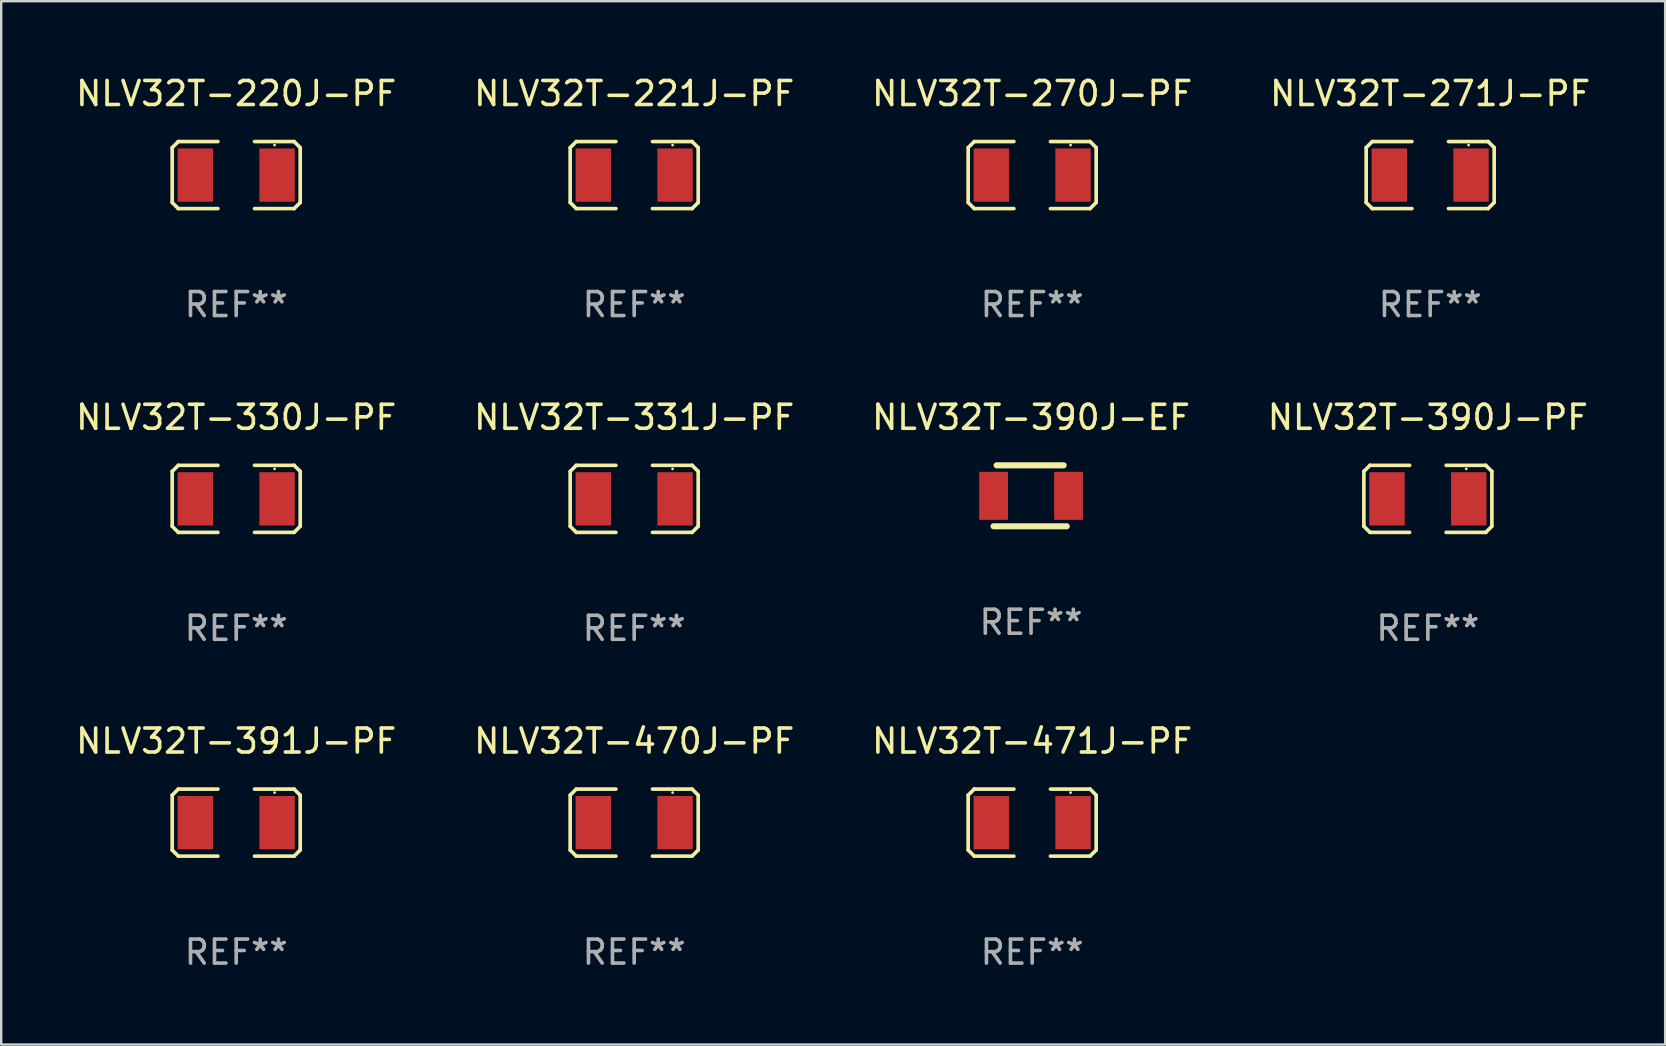
<source format=kicad_pcb>
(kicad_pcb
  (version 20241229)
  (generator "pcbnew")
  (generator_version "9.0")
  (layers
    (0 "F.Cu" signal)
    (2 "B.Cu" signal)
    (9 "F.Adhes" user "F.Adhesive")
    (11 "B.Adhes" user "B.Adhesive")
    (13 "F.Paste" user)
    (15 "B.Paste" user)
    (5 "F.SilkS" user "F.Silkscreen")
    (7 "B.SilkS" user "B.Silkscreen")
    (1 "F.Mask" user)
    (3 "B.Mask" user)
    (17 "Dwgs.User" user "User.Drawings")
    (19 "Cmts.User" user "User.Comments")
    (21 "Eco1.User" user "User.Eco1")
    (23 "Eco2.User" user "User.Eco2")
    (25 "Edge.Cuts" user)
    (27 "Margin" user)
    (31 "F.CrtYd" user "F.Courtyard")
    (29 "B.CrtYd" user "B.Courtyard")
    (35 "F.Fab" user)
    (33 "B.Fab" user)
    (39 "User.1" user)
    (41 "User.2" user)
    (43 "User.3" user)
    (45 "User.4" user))
  (footprint "NLV32T-391J-PF"
    (layer "F.Cu")
    (at 6.792 31.226)
    (property "Reference" "NLV32T-391J-PF" (at 0 -3.397 0) (layer "F.SilkS") (effects (font (size 1 1) (thickness 0.15))))
    (attr through_hole)
    (fp_line (start -2.667 -1.143) (end -2.413 -1.397) (stroke (width 0.152) (type solid)) (layer "F.SilkS"))
    (fp_line (start -2.667 1.143) (end -2.667 -1.143) (stroke (width 0.152) (type solid)) (layer "F.SilkS"))
    (fp_line (start -2.413 -1.397) (end -0.762 -1.397) (stroke (width 0.152) (type solid)) (layer "F.SilkS"))
    (fp_line (start -2.413 1.397) (end -2.667 1.143) (stroke (width 0.152) (type solid)) (layer "F.SilkS"))
    (fp_line (start -0.762 1.397) (end -2.413 1.397) (stroke (width 0.152) (type solid)) (layer "F.SilkS"))
    (fp_line (start 0.762 -1.397) (end 2.413 -1.397) (stroke (width 0.152) (type solid)) (layer "F.SilkS"))
    (fp_line (start 2.413 -1.397) (end 2.667 -1.143) (stroke (width 0.152) (type solid)) (layer "F.SilkS"))
    (fp_line (start 2.413 1.397) (end 0.762 1.397) (stroke (width 0.152) (type solid)) (layer "F.SilkS"))
    (fp_line (start 2.667 -1.143) (end 2.667 1.143) (stroke (width 0.152) (type solid)) (layer "F.SilkS"))
    (fp_line (start 2.667 1.143) (end 2.413 1.397) (stroke (width 0.152) (type solid)) (layer "F.SilkS"))
    (fp_circle (center 1.6 -1.25) (end 1.63 -1.25) (stroke (width 0.06) (type solid)) (fill no) (layer "F.SilkS"))
    (fp_text user "REF**" (at 0 5.397 0) (layer "F.Fab") (effects (font (size 1 1) (thickness 0.15))))
    (pad "1" smd rect (at 1.703 0) (size 1.474 2.22) (layers "F.Cu" "F.Mask" "F.Paste"))
    (pad "2" smd rect (at -1.703 0) (size 1.474 2.22) (layers "F.Cu" "F.Mask" "F.Paste")))
  (footprint "NLV32T-271J-PF"
    (layer "F.Cu")
    (at 56.542 4.245)
    (property "Reference" "NLV32T-271J-PF" (at 0 -3.397 0) (layer "F.SilkS") (effects (font (size 1 1) (thickness 0.15))))
    (attr through_hole)
    (fp_line (start -2.667 -1.143) (end -2.413 -1.397) (stroke (width 0.152) (type solid)) (layer "F.SilkS"))
    (fp_line (start -2.667 1.143) (end -2.667 -1.143) (stroke (width 0.152) (type solid)) (layer "F.SilkS"))
    (fp_line (start -2.413 -1.397) (end -0.762 -1.397) (stroke (width 0.152) (type solid)) (layer "F.SilkS"))
    (fp_line (start -2.413 1.397) (end -2.667 1.143) (stroke (width 0.152) (type solid)) (layer "F.SilkS"))
    (fp_line (start -0.762 1.397) (end -2.413 1.397) (stroke (width 0.152) (type solid)) (layer "F.SilkS"))
    (fp_line (start 0.762 -1.397) (end 2.413 -1.397) (stroke (width 0.152) (type solid)) (layer "F.SilkS"))
    (fp_line (start 2.413 -1.397) (end 2.667 -1.143) (stroke (width 0.152) (type solid)) (layer "F.SilkS"))
    (fp_line (start 2.413 1.397) (end 0.762 1.397) (stroke (width 0.152) (type solid)) (layer "F.SilkS"))
    (fp_line (start 2.667 -1.143) (end 2.667 1.143) (stroke (width 0.152) (type solid)) (layer "F.SilkS"))
    (fp_line (start 2.667 1.143) (end 2.413 1.397) (stroke (width 0.152) (type solid)) (layer "F.SilkS"))
    (fp_circle (center 1.6 -1.25) (end 1.63 -1.25) (stroke (width 0.06) (type solid)) (fill no) (layer "F.SilkS"))
    (fp_text user "REF**" (at 0 5.397 0) (layer "F.Fab") (effects (font (size 1 1) (thickness 0.15))))
    (pad "1" smd rect (at 1.703 0) (size 1.474 2.22) (layers "F.Cu" "F.Mask" "F.Paste"))
    (pad "2" smd rect (at -1.703 0) (size 1.474 2.22) (layers "F.Cu" "F.Mask" "F.Paste")))
  (footprint "NLV32T-390J-PF"
    (layer "F.Cu")
    (at 56.446 17.736)
    (property "Reference" "NLV32T-390J-PF" (at 0 -3.397 0) (layer "F.SilkS") (effects (font (size 1 1) (thickness 0.15))))
    (attr through_hole)
    (fp_line (start -2.667 -1.143) (end -2.413 -1.397) (stroke (width 0.152) (type solid)) (layer "F.SilkS"))
    (fp_line (start -2.667 1.143) (end -2.667 -1.143) (stroke (width 0.152) (type solid)) (layer "F.SilkS"))
    (fp_line (start -2.413 -1.397) (end -0.762 -1.397) (stroke (width 0.152) (type solid)) (layer "F.SilkS"))
    (fp_line (start -2.413 1.397) (end -2.667 1.143) (stroke (width 0.152) (type solid)) (layer "F.SilkS"))
    (fp_line (start -0.762 1.397) (end -2.413 1.397) (stroke (width 0.152) (type solid)) (layer "F.SilkS"))
    (fp_line (start 0.762 -1.397) (end 2.413 -1.397) (stroke (width 0.152) (type solid)) (layer "F.SilkS"))
    (fp_line (start 2.413 -1.397) (end 2.667 -1.143) (stroke (width 0.152) (type solid)) (layer "F.SilkS"))
    (fp_line (start 2.413 1.397) (end 0.762 1.397) (stroke (width 0.152) (type solid)) (layer "F.SilkS"))
    (fp_line (start 2.667 -1.143) (end 2.667 1.143) (stroke (width 0.152) (type solid)) (layer "F.SilkS"))
    (fp_line (start 2.667 1.143) (end 2.413 1.397) (stroke (width 0.152) (type solid)) (layer "F.SilkS"))
    (fp_circle (center 1.6 -1.25) (end 1.63 -1.25) (stroke (width 0.06) (type solid)) (fill no) (layer "F.SilkS"))
    (fp_text user "REF**" (at 0 5.397 0) (layer "F.Fab") (effects (font (size 1 1) (thickness 0.15))))
    (pad "1" smd rect (at 1.703 0) (size 1.474 2.22) (layers "F.Cu" "F.Mask" "F.Paste"))
    (pad "2" smd rect (at -1.703 0) (size 1.474 2.22) (layers "F.Cu" "F.Mask" "F.Paste")))
  (footprint "NLV32T-331J-PF"
    (layer "F.Cu")
    (at 23.375 17.736)
    (property "Reference" "NLV32T-331J-PF" (at 0 -3.397 0) (layer "F.SilkS") (effects (font (size 1 1) (thickness 0.15))))
    (attr through_hole)
    (fp_line (start -2.667 -1.143) (end -2.413 -1.397) (stroke (width 0.152) (type solid)) (layer "F.SilkS"))
    (fp_line (start -2.667 1.143) (end -2.667 -1.143) (stroke (width 0.152) (type solid)) (layer "F.SilkS"))
    (fp_line (start -2.413 -1.397) (end -0.762 -1.397) (stroke (width 0.152) (type solid)) (layer "F.SilkS"))
    (fp_line (start -2.413 1.397) (end -2.667 1.143) (stroke (width 0.152) (type solid)) (layer "F.SilkS"))
    (fp_line (start -0.762 1.397) (end -2.413 1.397) (stroke (width 0.152) (type solid)) (layer "F.SilkS"))
    (fp_line (start 0.762 -1.397) (end 2.413 -1.397) (stroke (width 0.152) (type solid)) (layer "F.SilkS"))
    (fp_line (start 2.413 -1.397) (end 2.667 -1.143) (stroke (width 0.152) (type solid)) (layer "F.SilkS"))
    (fp_line (start 2.413 1.397) (end 0.762 1.397) (stroke (width 0.152) (type solid)) (layer "F.SilkS"))
    (fp_line (start 2.667 -1.143) (end 2.667 1.143) (stroke (width 0.152) (type solid)) (layer "F.SilkS"))
    (fp_line (start 2.667 1.143) (end 2.413 1.397) (stroke (width 0.152) (type solid)) (layer "F.SilkS"))
    (fp_circle (center 1.6 -1.25) (end 1.63 -1.25) (stroke (width 0.06) (type solid)) (fill no) (layer "F.SilkS"))
    (fp_text user "REF**" (at 0 5.397 0) (layer "F.Fab") (effects (font (size 1 1) (thickness 0.15))))
    (pad "1" smd rect (at 1.703 0) (size 1.474 2.22) (layers "F.Cu" "F.Mask" "F.Paste"))
    (pad "2" smd rect (at -1.703 0) (size 1.474 2.22) (layers "F.Cu" "F.Mask" "F.Paste")))
  (footprint "NLV32T-330J-PF"
    (layer "F.Cu")
    (at 6.792 17.736)
    (property "Reference" "NLV32T-330J-PF" (at 0 -3.397 0) (layer "F.SilkS") (effects (font (size 1 1) (thickness 0.15))))
    (attr through_hole)
    (fp_line (start -2.667 -1.143) (end -2.413 -1.397) (stroke (width 0.152) (type solid)) (layer "F.SilkS"))
    (fp_line (start -2.667 1.143) (end -2.667 -1.143) (stroke (width 0.152) (type solid)) (layer "F.SilkS"))
    (fp_line (start -2.413 -1.397) (end -0.762 -1.397) (stroke (width 0.152) (type solid)) (layer "F.SilkS"))
    (fp_line (start -2.413 1.397) (end -2.667 1.143) (stroke (width 0.152) (type solid)) (layer "F.SilkS"))
    (fp_line (start -0.762 1.397) (end -2.413 1.397) (stroke (width 0.152) (type solid)) (layer "F.SilkS"))
    (fp_line (start 0.762 -1.397) (end 2.413 -1.397) (stroke (width 0.152) (type solid)) (layer "F.SilkS"))
    (fp_line (start 2.413 -1.397) (end 2.667 -1.143) (stroke (width 0.152) (type solid)) (layer "F.SilkS"))
    (fp_line (start 2.413 1.397) (end 0.762 1.397) (stroke (width 0.152) (type solid)) (layer "F.SilkS"))
    (fp_line (start 2.667 -1.143) (end 2.667 1.143) (stroke (width 0.152) (type solid)) (layer "F.SilkS"))
    (fp_line (start 2.667 1.143) (end 2.413 1.397) (stroke (width 0.152) (type solid)) (layer "F.SilkS"))
    (fp_circle (center 1.6 -1.25) (end 1.63 -1.25) (stroke (width 0.06) (type solid)) (fill no) (layer "F.SilkS"))
    (fp_text user "REF**" (at 0 5.397 0) (layer "F.Fab") (effects (font (size 1 1) (thickness 0.15))))
    (pad "1" smd rect (at 1.703 0) (size 1.474 2.22) (layers "F.Cu" "F.Mask" "F.Paste"))
    (pad "2" smd rect (at -1.703 0) (size 1.474 2.22) (layers "F.Cu" "F.Mask" "F.Paste")))
  (footprint "NLV32T-470J-PF"
    (layer "F.Cu")
    (at 23.375 31.226)
    (property "Reference" "NLV32T-470J-PF" (at 0 -3.397 0) (layer "F.SilkS") (effects (font (size 1 1) (thickness 0.15))))
    (attr through_hole)
    (fp_line (start -2.667 -1.143) (end -2.413 -1.397) (stroke (width 0.152) (type solid)) (layer "F.SilkS"))
    (fp_line (start -2.667 1.143) (end -2.667 -1.143) (stroke (width 0.152) (type solid)) (layer "F.SilkS"))
    (fp_line (start -2.413 -1.397) (end -0.762 -1.397) (stroke (width 0.152) (type solid)) (layer "F.SilkS"))
    (fp_line (start -2.413 1.397) (end -2.667 1.143) (stroke (width 0.152) (type solid)) (layer "F.SilkS"))
    (fp_line (start -0.762 1.397) (end -2.413 1.397) (stroke (width 0.152) (type solid)) (layer "F.SilkS"))
    (fp_line (start 0.762 -1.397) (end 2.413 -1.397) (stroke (width 0.152) (type solid)) (layer "F.SilkS"))
    (fp_line (start 2.413 -1.397) (end 2.667 -1.143) (stroke (width 0.152) (type solid)) (layer "F.SilkS"))
    (fp_line (start 2.413 1.397) (end 0.762 1.397) (stroke (width 0.152) (type solid)) (layer "F.SilkS"))
    (fp_line (start 2.667 -1.143) (end 2.667 1.143) (stroke (width 0.152) (type solid)) (layer "F.SilkS"))
    (fp_line (start 2.667 1.143) (end 2.413 1.397) (stroke (width 0.152) (type solid)) (layer "F.SilkS"))
    (fp_circle (center 1.6 -1.25) (end 1.63 -1.25) (stroke (width 0.06) (type solid)) (fill no) (layer "F.SilkS"))
    (fp_text user "REF**" (at 0 5.397 0) (layer "F.Fab") (effects (font (size 1 1) (thickness 0.15))))
    (pad "1" smd rect (at 1.703 0) (size 1.474 2.22) (layers "F.Cu" "F.Mask" "F.Paste"))
    (pad "2" smd rect (at -1.703 0) (size 1.474 2.22) (layers "F.Cu" "F.Mask" "F.Paste")))
  (footprint "NLV32T-390J-EF"
    (layer "F.Cu")
    (at 39.911 17.609)
    (property "Reference" "NLV32T-390J-EF" (at 0 -3.27 0) (layer "F.SilkS") (effects (font (size 1 1) (thickness 0.15))))
    (attr through_hole)
    (fp_line (start -1.562 1.27) (end 1.486 1.27) (stroke (width 0.254) (type solid)) (layer "F.SilkS"))
    (fp_line (start -1.435 -1.27) (end 1.359 -1.27) (stroke (width 0.254) (type solid)) (layer "F.SilkS"))
    (fp_circle (center -1.6 1.25) (end -1.57 1.25) (stroke (width 0.06) (type solid)) (fill no) (layer "F.SilkS"))
    (fp_text user "REF**" (at 0 5.27 0) (layer "F.Fab") (effects (font (size 1 1) (thickness 0.15))))
    (pad "1" smd rect (at -1.562 0 180) (size 1.2 2) (layers "F.Cu" "F.Mask" "F.Paste"))
    (pad "2" smd rect (at 1.562 0 180) (size 1.2 2) (layers "F.Cu" "F.Mask" "F.Paste")))
  (footprint "NLV32T-221J-PF"
    (layer "F.Cu")
    (at 23.375 4.245)
    (property "Reference" "NLV32T-221J-PF" (at 0 -3.397 0) (layer "F.SilkS") (effects (font (size 1 1) (thickness 0.15))))
    (attr through_hole)
    (fp_line (start -2.667 -1.143) (end -2.413 -1.397) (stroke (width 0.152) (type solid)) (layer "F.SilkS"))
    (fp_line (start -2.667 1.143) (end -2.667 -1.143) (stroke (width 0.152) (type solid)) (layer "F.SilkS"))
    (fp_line (start -2.413 -1.397) (end -0.762 -1.397) (stroke (width 0.152) (type solid)) (layer "F.SilkS"))
    (fp_line (start -2.413 1.397) (end -2.667 1.143) (stroke (width 0.152) (type solid)) (layer "F.SilkS"))
    (fp_line (start -0.762 1.397) (end -2.413 1.397) (stroke (width 0.152) (type solid)) (layer "F.SilkS"))
    (fp_line (start 0.762 -1.397) (end 2.413 -1.397) (stroke (width 0.152) (type solid)) (layer "F.SilkS"))
    (fp_line (start 2.413 -1.397) (end 2.667 -1.143) (stroke (width 0.152) (type solid)) (layer "F.SilkS"))
    (fp_line (start 2.413 1.397) (end 0.762 1.397) (stroke (width 0.152) (type solid)) (layer "F.SilkS"))
    (fp_line (start 2.667 -1.143) (end 2.667 1.143) (stroke (width 0.152) (type solid)) (layer "F.SilkS"))
    (fp_line (start 2.667 1.143) (end 2.413 1.397) (stroke (width 0.152) (type solid)) (layer "F.SilkS"))
    (fp_circle (center 1.6 -1.25) (end 1.63 -1.25) (stroke (width 0.06) (type solid)) (fill no) (layer "F.SilkS"))
    (fp_text user "REF**" (at 0 5.397 0) (layer "F.Fab") (effects (font (size 1 1) (thickness 0.15))))
    (pad "1" smd rect (at 1.703 0) (size 1.474 2.22) (layers "F.Cu" "F.Mask" "F.Paste"))
    (pad "2" smd rect (at -1.703 0) (size 1.474 2.22) (layers "F.Cu" "F.Mask" "F.Paste")))
  (footprint "NLV32T-270J-PF"
    (layer "F.Cu")
    (at 39.958 4.245)
    (property "Reference" "NLV32T-270J-PF" (at 0 -3.397 0) (layer "F.SilkS") (effects (font (size 1 1) (thickness 0.15))))
    (attr through_hole)
    (fp_line (start -2.667 -1.143) (end -2.413 -1.397) (stroke (width 0.152) (type solid)) (layer "F.SilkS"))
    (fp_line (start -2.667 1.143) (end -2.667 -1.143) (stroke (width 0.152) (type solid)) (layer "F.SilkS"))
    (fp_line (start -2.413 -1.397) (end -0.762 -1.397) (stroke (width 0.152) (type solid)) (layer "F.SilkS"))
    (fp_line (start -2.413 1.397) (end -2.667 1.143) (stroke (width 0.152) (type solid)) (layer "F.SilkS"))
    (fp_line (start -0.762 1.397) (end -2.413 1.397) (stroke (width 0.152) (type solid)) (layer "F.SilkS"))
    (fp_line (start 0.762 -1.397) (end 2.413 -1.397) (stroke (width 0.152) (type solid)) (layer "F.SilkS"))
    (fp_line (start 2.413 -1.397) (end 2.667 -1.143) (stroke (width 0.152) (type solid)) (layer "F.SilkS"))
    (fp_line (start 2.413 1.397) (end 0.762 1.397) (stroke (width 0.152) (type solid)) (layer "F.SilkS"))
    (fp_line (start 2.667 -1.143) (end 2.667 1.143) (stroke (width 0.152) (type solid)) (layer "F.SilkS"))
    (fp_line (start 2.667 1.143) (end 2.413 1.397) (stroke (width 0.152) (type solid)) (layer "F.SilkS"))
    (fp_circle (center 1.6 -1.25) (end 1.63 -1.25) (stroke (width 0.06) (type solid)) (fill no) (layer "F.SilkS"))
    (fp_text user "REF**" (at 0 5.397 0) (layer "F.Fab") (effects (font (size 1 1) (thickness 0.15))))
    (pad "1" smd rect (at 1.703 0) (size 1.474 2.22) (layers "F.Cu" "F.Mask" "F.Paste"))
    (pad "2" smd rect (at -1.703 0) (size 1.474 2.22) (layers "F.Cu" "F.Mask" "F.Paste")))
  (footprint "NLV32T-471J-PF"
    (layer "F.Cu")
    (at 39.958 31.226)
    (property "Reference" "NLV32T-471J-PF" (at 0 -3.397 0) (layer "F.SilkS") (effects (font (size 1 1) (thickness 0.15))))
    (attr through_hole)
    (fp_line (start -2.667 -1.143) (end -2.413 -1.397) (stroke (width 0.152) (type solid)) (layer "F.SilkS"))
    (fp_line (start -2.667 1.143) (end -2.667 -1.143) (stroke (width 0.152) (type solid)) (layer "F.SilkS"))
    (fp_line (start -2.413 -1.397) (end -0.762 -1.397) (stroke (width 0.152) (type solid)) (layer "F.SilkS"))
    (fp_line (start -2.413 1.397) (end -2.667 1.143) (stroke (width 0.152) (type solid)) (layer "F.SilkS"))
    (fp_line (start -0.762 1.397) (end -2.413 1.397) (stroke (width 0.152) (type solid)) (layer "F.SilkS"))
    (fp_line (start 0.762 -1.397) (end 2.413 -1.397) (stroke (width 0.152) (type solid)) (layer "F.SilkS"))
    (fp_line (start 2.413 -1.397) (end 2.667 -1.143) (stroke (width 0.152) (type solid)) (layer "F.SilkS"))
    (fp_line (start 2.413 1.397) (end 0.762 1.397) (stroke (width 0.152) (type solid)) (layer "F.SilkS"))
    (fp_line (start 2.667 -1.143) (end 2.667 1.143) (stroke (width 0.152) (type solid)) (layer "F.SilkS"))
    (fp_line (start 2.667 1.143) (end 2.413 1.397) (stroke (width 0.152) (type solid)) (layer "F.SilkS"))
    (fp_circle (center 1.6 -1.25) (end 1.63 -1.25) (stroke (width 0.06) (type solid)) (fill no) (layer "F.SilkS"))
    (fp_text user "REF**" (at 0 5.397 0) (layer "F.Fab") (effects (font (size 1 1) (thickness 0.15))))
    (pad "1" smd rect (at 1.703 0) (size 1.474 2.22) (layers "F.Cu" "F.Mask" "F.Paste"))
    (pad "2" smd rect (at -1.703 0) (size 1.474 2.22) (layers "F.Cu" "F.Mask" "F.Paste")))
  (footprint "NLV32T-220J-PF"
    (layer "F.Cu")
    (at 6.792 4.245)
    (property "Reference" "NLV32T-220J-PF" (at 0 -3.397 0) (layer "F.SilkS") (effects (font (size 1 1) (thickness 0.15))))
    (attr through_hole)
    (fp_line (start -2.667 -1.143) (end -2.413 -1.397) (stroke (width 0.152) (type solid)) (layer "F.SilkS"))
    (fp_line (start -2.667 1.143) (end -2.667 -1.143) (stroke (width 0.152) (type solid)) (layer "F.SilkS"))
    (fp_line (start -2.413 -1.397) (end -0.762 -1.397) (stroke (width 0.152) (type solid)) (layer "F.SilkS"))
    (fp_line (start -2.413 1.397) (end -2.667 1.143) (stroke (width 0.152) (type solid)) (layer "F.SilkS"))
    (fp_line (start -0.762 1.397) (end -2.413 1.397) (stroke (width 0.152) (type solid)) (layer "F.SilkS"))
    (fp_line (start 0.762 -1.397) (end 2.413 -1.397) (stroke (width 0.152) (type solid)) (layer "F.SilkS"))
    (fp_line (start 2.413 -1.397) (end 2.667 -1.143) (stroke (width 0.152) (type solid)) (layer "F.SilkS"))
    (fp_line (start 2.413 1.397) (end 0.762 1.397) (stroke (width 0.152) (type solid)) (layer "F.SilkS"))
    (fp_line (start 2.667 -1.143) (end 2.667 1.143) (stroke (width 0.152) (type solid)) (layer "F.SilkS"))
    (fp_line (start 2.667 1.143) (end 2.413 1.397) (stroke (width 0.152) (type solid)) (layer "F.SilkS"))
    (fp_circle (center 1.6 -1.25) (end 1.63 -1.25) (stroke (width 0.06) (type solid)) (fill no) (layer "F.SilkS"))
    (fp_text user "REF**" (at 0 5.397 0) (layer "F.Fab") (effects (font (size 1 1) (thickness 0.15))))
    (pad "1" smd rect (at 1.703 0) (size 1.474 2.22) (layers "F.Cu" "F.Mask" "F.Paste"))
    (pad "2" smd rect (at -1.703 0) (size 1.474 2.22) (layers "F.Cu" "F.Mask" "F.Paste")))
  (gr_rect
    (start -3 -3)
    (end 66.333 40.472)
    (stroke (width 0.1) (type default))
    (fill no)
    (layer "Edge.Cuts")))
</source>
